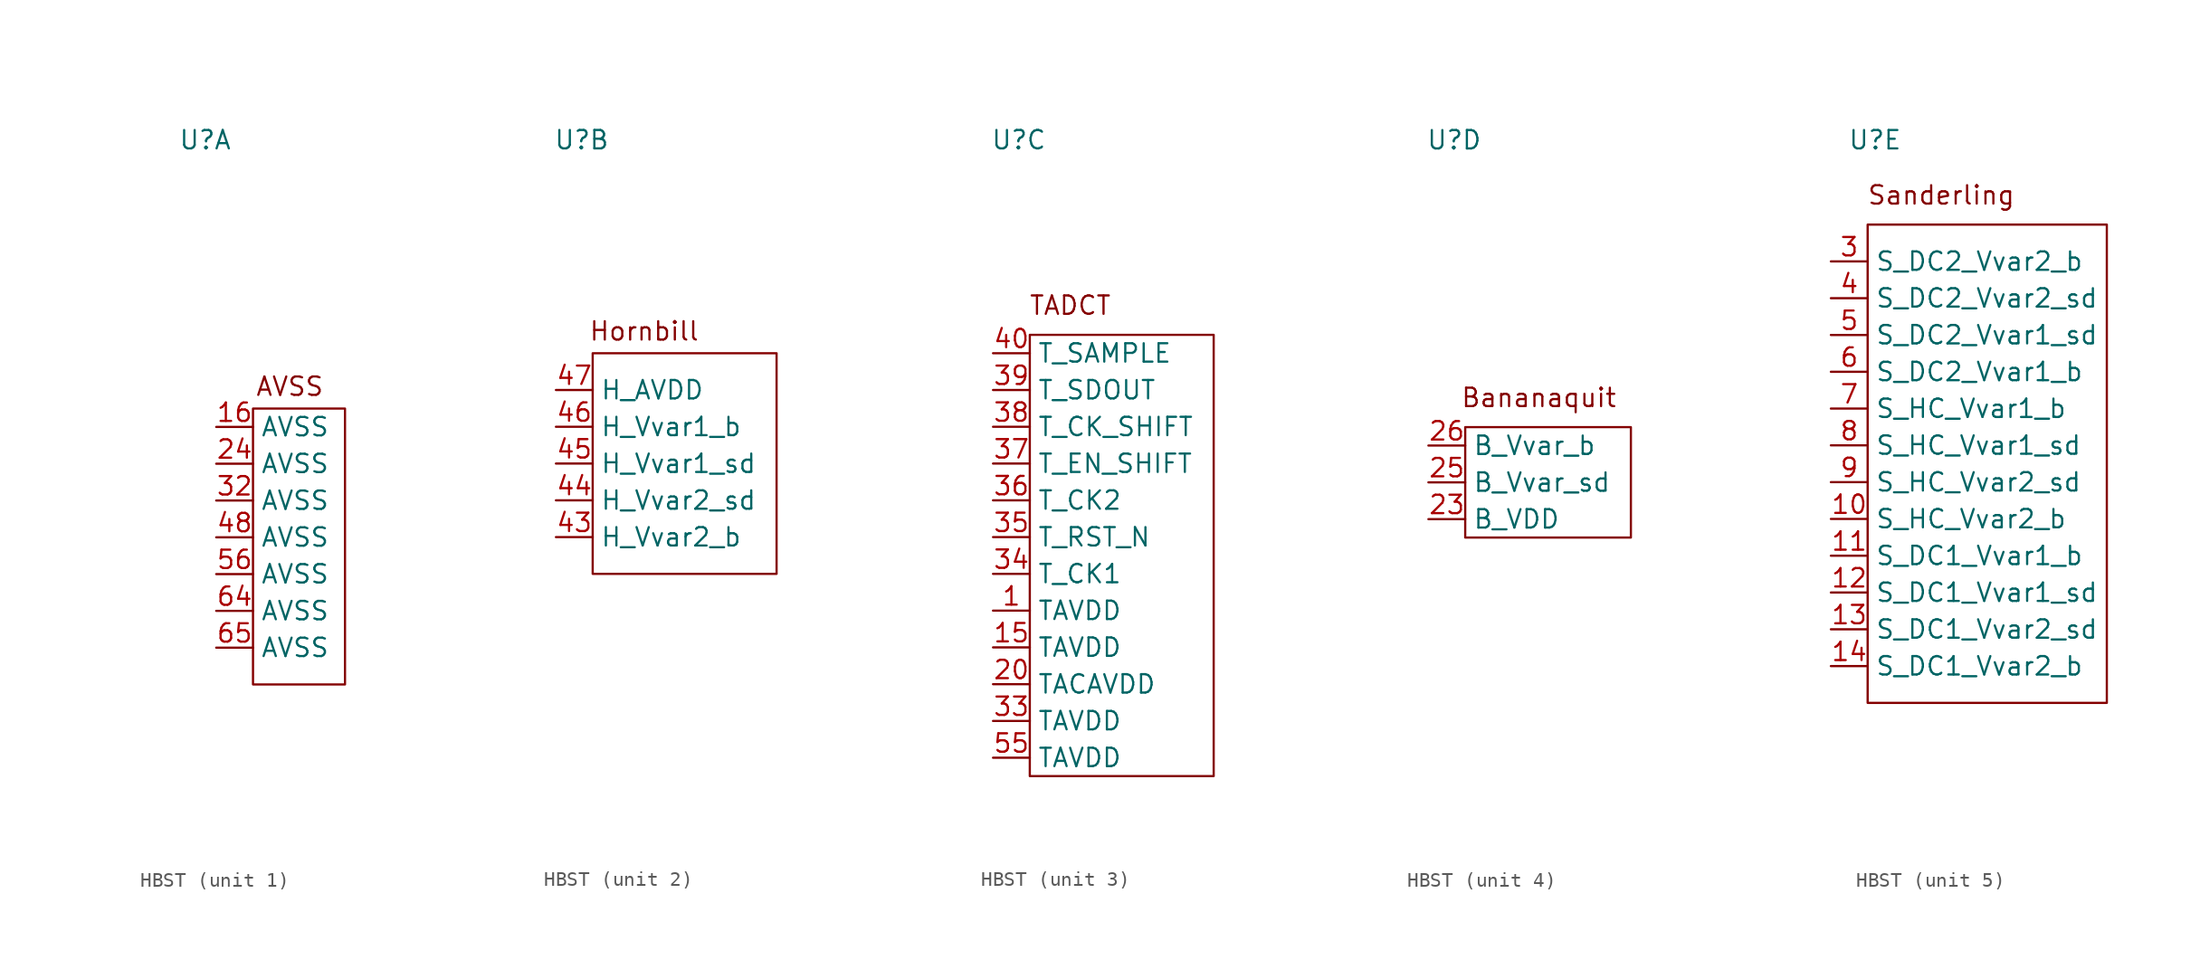
<source format=kicad_sym>
(kicad_symbol_lib
  (version 20231120)
  (generator "kicad_symbol_editor")
  (generator_version "8.0")
  (symbol "HBST"
    (property "Reference" "U"
      (at -5.842 22.352 0)
      (effects (font (size 1.27 1.27))))
    (property "Value" ""
      (at -13.97 -22.86 0)
      (effects (font (size 1.27 1.27))))
    (property "ki_locked" ""
      (at 0 0 0)
      (effects (font (size 1.27 1.27))))
    (symbol "HBST_1_1"
      (rectangle (start -2.54 3.81) (end 3.81 -15.24) (stroke (width 0) (type default)) (fill (type none)))
      (text "AVSS" (at 0 5.334 0) (effects (font (size 1.27 1.27))))
      (pin bidirectional line (at -5.08 2.54 0) (length 2.54) (name "AVSS" (effects (font (size 1.27 1.27)))) (number "16" (effects (font (size 1.27 1.27)))))
      (pin bidirectional line (at -5.08 0 0) (length 2.54) (name "AVSS" (effects (font (size 1.27 1.27)))) (number "24" (effects (font (size 1.27 1.27)))))
      (pin bidirectional line (at -5.08 -2.54 0) (length 2.54) (name "AVSS" (effects (font (size 1.27 1.27)))) (number "32" (effects (font (size 1.27 1.27)))))
      (pin bidirectional line (at -5.08 -5.08 0) (length 2.54) (name "AVSS" (effects (font (size 1.27 1.27)))) (number "48" (effects (font (size 1.27 1.27)))))
      (pin bidirectional line (at -5.08 -7.62 0) (length 2.54) (name "AVSS" (effects (font (size 1.27 1.27)))) (number "56" (effects (font (size 1.27 1.27)))))
      (pin bidirectional line (at -5.08 -10.16 0) (length 2.54) (name "AVSS" (effects (font (size 1.27 1.27)))) (number "64" (effects (font (size 1.27 1.27)))))
      (pin bidirectional line (at -5.08 -12.7 0) (length 2.54) (name "AVSS" (effects (font (size 1.27 1.27)))) (number "65" (effects (font (size 1.27 1.27))))))
    (symbol "HBST_2_1"
      (rectangle (start -5.08 7.62) (end 7.62 -7.62) (stroke (width 0) (type default)) (fill (type none)))
      (text "Hornbill" (at -1.524 9.144 0) (effects (font (size 1.27 1.27))))
      (pin bidirectional line (at -7.62 -5.08 0) (length 2.54) (name "H_Vvar2_b" (effects (font (size 1.27 1.27)))) (number "43" (effects (font (size 1.27 1.27)))))
      (pin bidirectional line (at -7.62 -2.54 0) (length 2.54) (name "H_Vvar2_sd" (effects (font (size 1.27 1.27)))) (number "44" (effects (font (size 1.27 1.27)))))
      (pin bidirectional line (at -7.62 0 0) (length 2.54) (name "H_Vvar1_sd" (effects (font (size 1.27 1.27)))) (number "45" (effects (font (size 1.27 1.27)))))
      (pin bidirectional line (at -7.62 2.54 0) (length 2.54) (name "H_Vvar1_b" (effects (font (size 1.27 1.27)))) (number "46" (effects (font (size 1.27 1.27)))))
      (pin bidirectional line (at -7.62 5.08 0) (length 2.54) (name "H_AVDD" (effects (font (size 1.27 1.27)))) (number "47" (effects (font (size 1.27 1.27))))))
    (symbol "HBST_3_1"
      (rectangle (start -5.08 8.89) (end 7.62 -21.59) (stroke (width 0) (type default)) (fill (type none)))
      (text "TADCT" (at -2.286 10.922 0) (effects (font (size 1.27 1.27))))
      (pin bidirectional line (at -7.62 -10.16 0) (length 2.54) (name "TAVDD" (effects (font (size 1.27 1.27)))) (number "1" (effects (font (size 1.27 1.27)))))
      (pin bidirectional line (at -7.62 -12.7 0) (length 2.54) (name "TAVDD" (effects (font (size 1.27 1.27)))) (number "15" (effects (font (size 1.27 1.27)))))
      (pin bidirectional line (at -7.62 -15.24 0) (length 2.54) (name "TACAVDD" (effects (font (size 1.27 1.27)))) (number "20" (effects (font (size 1.27 1.27)))))
      (pin bidirectional line (at -7.62 -17.78 0) (length 2.54) (name "TAVDD" (effects (font (size 1.27 1.27)))) (number "33" (effects (font (size 1.27 1.27)))))
      (pin bidirectional line (at -7.62 -7.62 0) (length 2.54) (name "T_CK1" (effects (font (size 1.27 1.27)))) (number "34" (effects (font (size 1.27 1.27)))))
      (pin bidirectional line (at -7.62 -5.08 0) (length 2.54) (name "T_RST_N" (effects (font (size 1.27 1.27)))) (number "35" (effects (font (size 1.27 1.27)))))
      (pin bidirectional line (at -7.62 -2.54 0) (length 2.54) (name "T_CK2" (effects (font (size 1.27 1.27)))) (number "36" (effects (font (size 1.27 1.27)))))
      (pin bidirectional line (at -7.62 0 0) (length 2.54) (name "T_EN_SHIFT" (effects (font (size 1.27 1.27)))) (number "37" (effects (font (size 1.27 1.27)))))
      (pin bidirectional line (at -7.62 2.54 0) (length 2.54) (name "T_CK_SHIFT" (effects (font (size 1.27 1.27)))) (number "38" (effects (font (size 1.27 1.27)))))
      (pin bidirectional line (at -7.62 5.08 0) (length 2.54) (name "T_SDOUT" (effects (font (size 1.27 1.27)))) (number "39" (effects (font (size 1.27 1.27)))))
      (pin bidirectional line (at -7.62 7.62 0) (length 2.54) (name "T_SAMPLE" (effects (font (size 1.27 1.27)))) (number "40" (effects (font (size 1.27 1.27)))))
      (pin bidirectional line (at -7.62 -20.32 0) (length 2.54) (name "TAVDD" (effects (font (size 1.27 1.27)))) (number "55" (effects (font (size 1.27 1.27))))))
    (symbol "HBST_4_1"
      (rectangle (start -5.08 2.54) (end 6.35 -5.08) (stroke (width 0) (type default)) (fill (type none)))
      (text "Bananaquit\n" (at 0 4.572 0) (effects (font (size 1.27 1.27))))
      (pin bidirectional line (at -7.62 -3.81 0) (length 2.54) (name "B_VDD" (effects (font (size 1.27 1.27)))) (number "23" (effects (font (size 1.27 1.27)))))
      (pin bidirectional line (at -7.62 -1.27 0) (length 2.54) (name "B_Vvar_sd" (effects (font (size 1.27 1.27)))) (number "25" (effects (font (size 1.27 1.27)))))
      (pin bidirectional line (at -7.62 1.27 0) (length 2.54) (name "B_Vvar_b" (effects (font (size 1.27 1.27)))) (number "26" (effects (font (size 1.27 1.27))))))
    (symbol "HBST_5_1"
      (rectangle (start -6.35 16.51) (end 10.16 -16.51) (stroke (width 0) (type default)) (fill (type none)))
      (text "Sanderling" (at -1.27 18.542 0) (effects (font (size 1.27 1.27))))
      (pin bidirectional line (at -8.89 -3.81 0) (length 2.54) (name "S_HC_Vvar2_b" (effects (font (size 1.27 1.27)))) (number "10" (effects (font (size 1.27 1.27)))))
      (pin bidirectional line (at -8.89 -6.35 0) (length 2.54) (name "S_DC1_Vvar1_b" (effects (font (size 1.27 1.27)))) (number "11" (effects (font (size 1.27 1.27)))))
      (pin bidirectional line (at -8.89 -8.89 0) (length 2.54) (name "S_DC1_Vvar1_sd" (effects (font (size 1.27 1.27)))) (number "12" (effects (font (size 1.27 1.27)))))
      (pin bidirectional line (at -8.89 -11.43 0) (length 2.54) (name "S_DC1_Vvar2_sd" (effects (font (size 1.27 1.27)))) (number "13" (effects (font (size 1.27 1.27)))))
      (pin bidirectional line (at -8.89 -13.97 0) (length 2.54) (name "S_DC1_Vvar2_b" (effects (font (size 1.27 1.27)))) (number "14" (effects (font (size 1.27 1.27)))))
      (pin bidirectional line (at -8.89 13.97 0) (length 2.54) (name "S_DC2_Vvar2_b" (effects (font (size 1.27 1.27)))) (number "3" (effects (font (size 1.27 1.27)))))
      (pin bidirectional line (at -8.89 11.43 0) (length 2.54) (name "S_DC2_Vvar2_sd" (effects (font (size 1.27 1.27)))) (number "4" (effects (font (size 1.27 1.27)))))
      (pin bidirectional line (at -8.89 8.89 0) (length 2.54) (name "S_DC2_Vvar1_sd" (effects (font (size 1.27 1.27)))) (number "5" (effects (font (size 1.27 1.27)))))
      (pin bidirectional line (at -8.89 6.35 0) (length 2.54) (name "S_DC2_Vvar1_b" (effects (font (size 1.27 1.27)))) (number "6" (effects (font (size 1.27 1.27)))))
      (pin bidirectional line (at -8.89 3.81 0) (length 2.54) (name "S_HC_Vvar1_b" (effects (font (size 1.27 1.27)))) (number "7" (effects (font (size 1.27 1.27)))))
      (pin bidirectional line (at -8.89 1.27 0) (length 2.54) (name "S_HC_Vvar1_sd" (effects (font (size 1.27 1.27)))) (number "8" (effects (font (size 1.27 1.27)))))
      (pin bidirectional line (at -8.89 -1.27 0) (length 2.54) (name "S_HC_Vvar2_sd" (effects (font (size 1.27 1.27)))) (number "9" (effects (font (size 1.27 1.27))))))))
</source>
